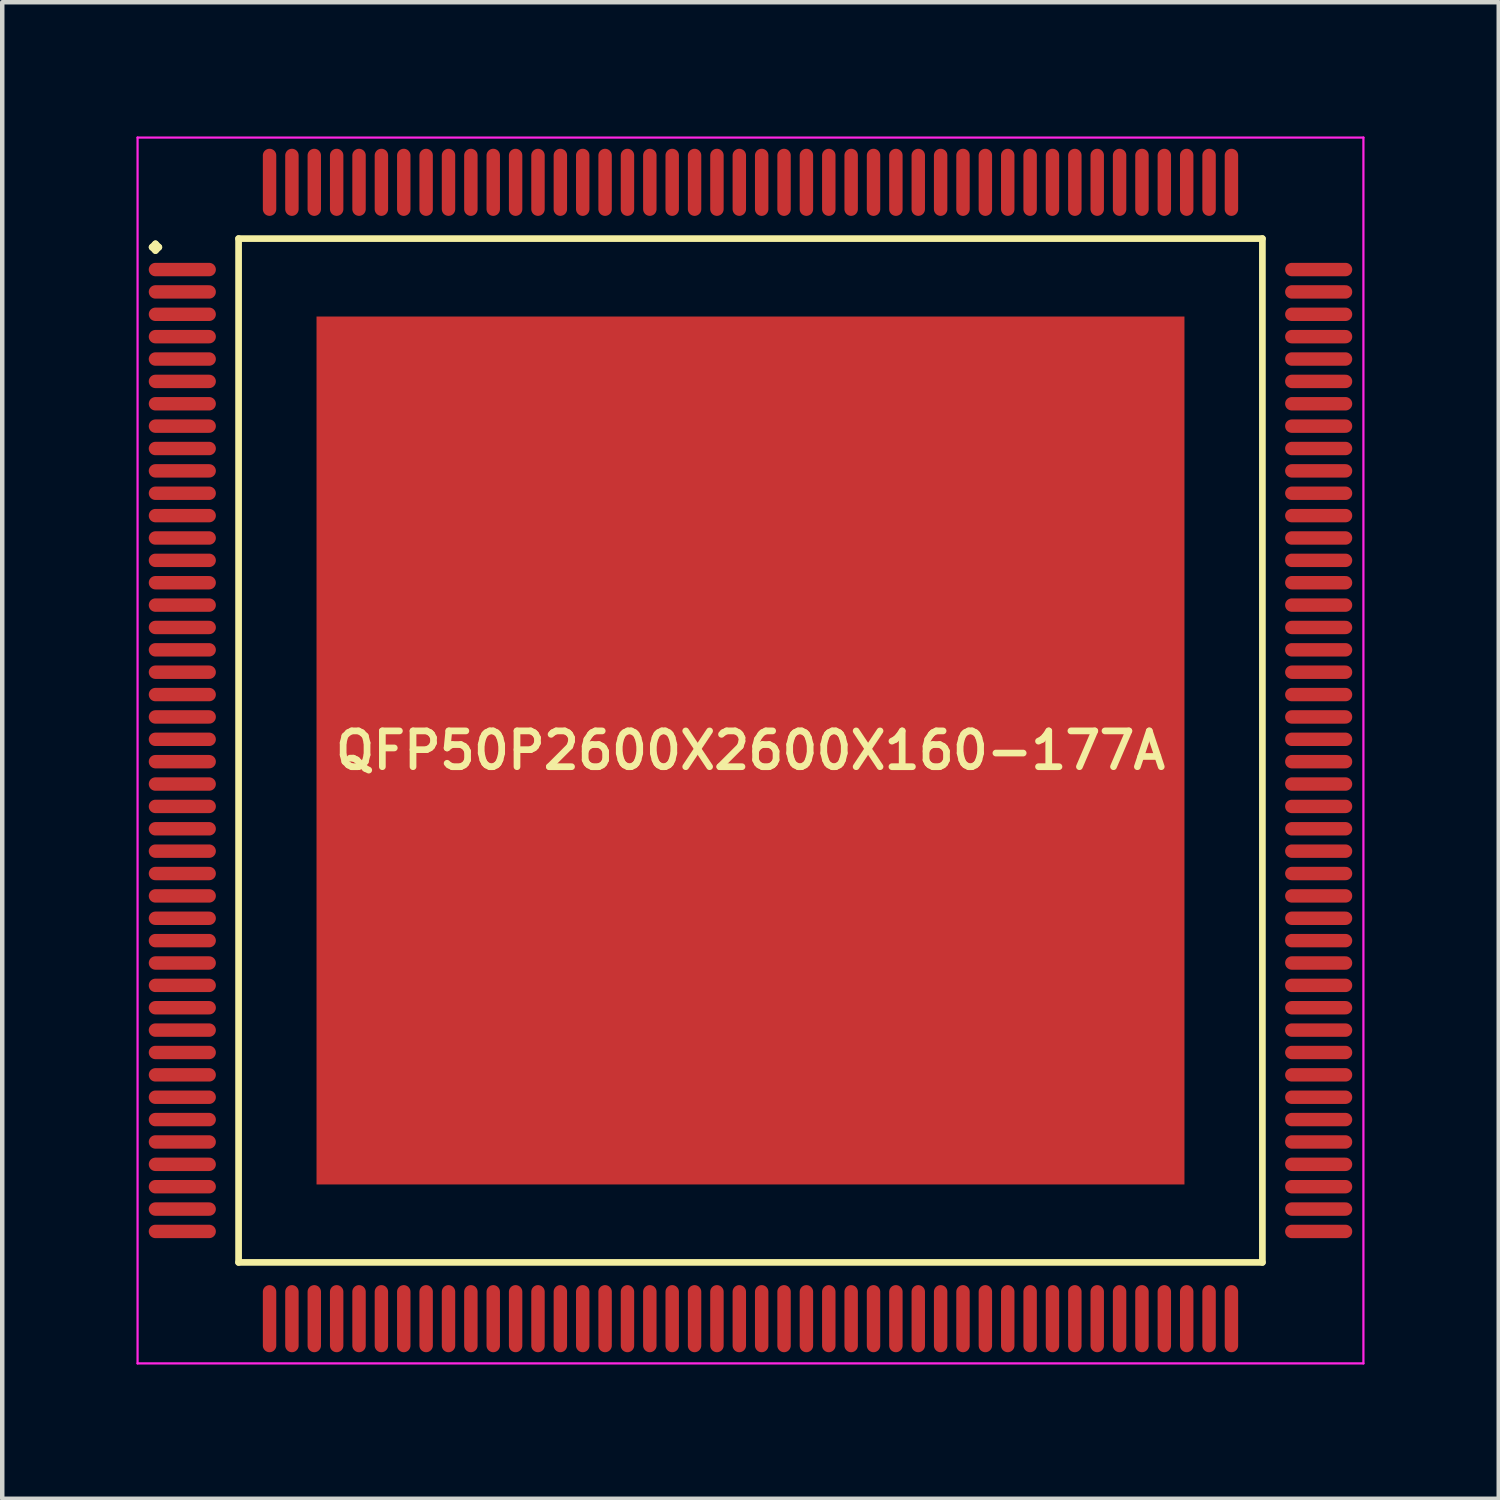
<source format=kicad_pcb>
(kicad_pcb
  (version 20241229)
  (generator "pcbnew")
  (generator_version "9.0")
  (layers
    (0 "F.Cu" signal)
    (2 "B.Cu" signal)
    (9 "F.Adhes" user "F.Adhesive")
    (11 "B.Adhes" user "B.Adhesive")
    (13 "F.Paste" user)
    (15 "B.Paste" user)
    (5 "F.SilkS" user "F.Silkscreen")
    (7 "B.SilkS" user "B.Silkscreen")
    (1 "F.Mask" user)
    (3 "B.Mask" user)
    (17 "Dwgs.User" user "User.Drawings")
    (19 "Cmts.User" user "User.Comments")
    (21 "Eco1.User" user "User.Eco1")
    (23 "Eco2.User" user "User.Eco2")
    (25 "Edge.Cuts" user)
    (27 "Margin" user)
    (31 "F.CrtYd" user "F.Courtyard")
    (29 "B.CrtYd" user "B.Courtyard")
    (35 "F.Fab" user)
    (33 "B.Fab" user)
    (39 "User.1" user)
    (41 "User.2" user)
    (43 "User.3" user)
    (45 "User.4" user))
  (footprint "QFP50P2600X2600X160-177A"
    (layer "F.Cu")
    (at 13.725 13.725)
    (property "Reference" "QFP50P2600X2600X160-177A" (at 0 0 0) (layer "F.SilkS") (effects (font (size 0.8 0.8) (thickness 0.15))))
    (attr smd)
    (fp_line (start -13.375 -11.25) (end -13.3 -11.325) (stroke (width 0.15) (type solid)) (layer "F.SilkS"))
    (fp_line (start -13.3 -11.325) (end -13.225 -11.25) (stroke (width 0.15) (type solid)) (layer "F.SilkS"))
    (fp_line (start -13.3 -11.175) (end -13.375 -11.25) (stroke (width 0.15) (type solid)) (layer "F.SilkS"))
    (fp_line (start -13.225 -11.25) (end -13.3 -11.175) (stroke (width 0.15) (type solid)) (layer "F.SilkS"))
    (fp_line (start -11.442 -11.442) (end -11.442 11.442) (stroke (width 0.15) (type solid)) (layer "F.SilkS"))
    (fp_line (start -11.442 11.442) (end 11.442 11.442) (stroke (width 0.15) (type solid)) (layer "F.SilkS"))
    (fp_line (start 11.442 -11.442) (end -11.442 -11.442) (stroke (width 0.15) (type solid)) (layer "F.SilkS"))
    (fp_line (start 11.442 11.442) (end 11.442 -11.442) (stroke (width 0.15) (type solid)) (layer "F.SilkS"))
    (fp_line (start -13.7 -13.7) (end 13.7 -13.7) (stroke (width 0.05) (type solid)) (layer "F.CrtYd"))
    (fp_line (start -13.7 13.7) (end -13.7 -13.7) (stroke (width 0.05) (type solid)) (layer "F.CrtYd"))
    (fp_line (start 13.7 -13.7) (end 13.7 13.7) (stroke (width 0.05) (type solid)) (layer "F.CrtYd"))
    (fp_line (start 13.7 13.7) (end -13.7 13.7) (stroke (width 0.05) (type solid)) (layer "F.CrtYd"))
    (pad "1" smd oval (at -12.7 -10.75) (size 1.5 0.3) (layers "F.Cu" "F.Mask" "F.Paste"))
    (pad "2" smd oval (at -12.7 -10.25) (size 1.5 0.3) (layers "F.Cu" "F.Mask" "F.Paste"))
    (pad "3" smd oval (at -12.7 -9.75) (size 1.5 0.3) (layers "F.Cu" "F.Mask" "F.Paste"))
    (pad "4" smd oval (at -12.7 -9.25) (size 1.5 0.3) (layers "F.Cu" "F.Mask" "F.Paste"))
    (pad "5" smd oval (at -12.7 -8.75) (size 1.5 0.3) (layers "F.Cu" "F.Mask" "F.Paste"))
    (pad "6" smd oval (at -12.7 -8.25) (size 1.5 0.3) (layers "F.Cu" "F.Mask" "F.Paste"))
    (pad "7" smd oval (at -12.7 -7.75) (size 1.5 0.3) (layers "F.Cu" "F.Mask" "F.Paste"))
    (pad "8" smd oval (at -12.7 -7.25) (size 1.5 0.3) (layers "F.Cu" "F.Mask" "F.Paste"))
    (pad "9" smd oval (at -12.7 -6.75) (size 1.5 0.3) (layers "F.Cu" "F.Mask" "F.Paste"))
    (pad "10" smd oval (at -12.7 -6.25) (size 1.5 0.3) (layers "F.Cu" "F.Mask" "F.Paste"))
    (pad "11" smd oval (at -12.7 -5.75) (size 1.5 0.3) (layers "F.Cu" "F.Mask" "F.Paste"))
    (pad "12" smd oval (at -12.7 -5.25) (size 1.5 0.3) (layers "F.Cu" "F.Mask" "F.Paste"))
    (pad "13" smd oval (at -12.7 -4.75) (size 1.5 0.3) (layers "F.Cu" "F.Mask" "F.Paste"))
    (pad "14" smd oval (at -12.7 -4.25) (size 1.5 0.3) (layers "F.Cu" "F.Mask" "F.Paste"))
    (pad "15" smd oval (at -12.7 -3.75) (size 1.5 0.3) (layers "F.Cu" "F.Mask" "F.Paste"))
    (pad "16" smd oval (at -12.7 -3.25) (size 1.5 0.3) (layers "F.Cu" "F.Mask" "F.Paste"))
    (pad "17" smd oval (at -12.7 -2.75) (size 1.5 0.3) (layers "F.Cu" "F.Mask" "F.Paste"))
    (pad "18" smd oval (at -12.7 -2.25) (size 1.5 0.3) (layers "F.Cu" "F.Mask" "F.Paste"))
    (pad "19" smd oval (at -12.7 -1.75) (size 1.5 0.3) (layers "F.Cu" "F.Mask" "F.Paste"))
    (pad "20" smd oval (at -12.7 -1.25) (size 1.5 0.3) (layers "F.Cu" "F.Mask" "F.Paste"))
    (pad "21" smd oval (at -12.7 -0.75) (size 1.5 0.3) (layers "F.Cu" "F.Mask" "F.Paste"))
    (pad "22" smd oval (at -12.7 -0.25) (size 1.5 0.3) (layers "F.Cu" "F.Mask" "F.Paste"))
    (pad "23" smd oval (at -12.7 0.25) (size 1.5 0.3) (layers "F.Cu" "F.Mask" "F.Paste"))
    (pad "24" smd oval (at -12.7 0.75) (size 1.5 0.3) (layers "F.Cu" "F.Mask" "F.Paste"))
    (pad "25" smd oval (at -12.7 1.25) (size 1.5 0.3) (layers "F.Cu" "F.Mask" "F.Paste"))
    (pad "26" smd oval (at -12.7 1.75) (size 1.5 0.3) (layers "F.Cu" "F.Mask" "F.Paste"))
    (pad "27" smd oval (at -12.7 2.25) (size 1.5 0.3) (layers "F.Cu" "F.Mask" "F.Paste"))
    (pad "28" smd oval (at -12.7 2.75) (size 1.5 0.3) (layers "F.Cu" "F.Mask" "F.Paste"))
    (pad "29" smd oval (at -12.7 3.25) (size 1.5 0.3) (layers "F.Cu" "F.Mask" "F.Paste"))
    (pad "30" smd oval (at -12.7 3.75) (size 1.5 0.3) (layers "F.Cu" "F.Mask" "F.Paste"))
    (pad "31" smd oval (at -12.7 4.25) (size 1.5 0.3) (layers "F.Cu" "F.Mask" "F.Paste"))
    (pad "32" smd oval (at -12.7 4.75) (size 1.5 0.3) (layers "F.Cu" "F.Mask" "F.Paste"))
    (pad "33" smd oval (at -12.7 5.25) (size 1.5 0.3) (layers "F.Cu" "F.Mask" "F.Paste"))
    (pad "34" smd oval (at -12.7 5.75) (size 1.5 0.3) (layers "F.Cu" "F.Mask" "F.Paste"))
    (pad "35" smd oval (at -12.7 6.25) (size 1.5 0.3) (layers "F.Cu" "F.Mask" "F.Paste"))
    (pad "36" smd oval (at -12.7 6.75) (size 1.5 0.3) (layers "F.Cu" "F.Mask" "F.Paste"))
    (pad "37" smd oval (at -12.7 7.25) (size 1.5 0.3) (layers "F.Cu" "F.Mask" "F.Paste"))
    (pad "38" smd oval (at -12.7 7.75) (size 1.5 0.3) (layers "F.Cu" "F.Mask" "F.Paste"))
    (pad "39" smd oval (at -12.7 8.25) (size 1.5 0.3) (layers "F.Cu" "F.Mask" "F.Paste"))
    (pad "40" smd oval (at -12.7 8.75) (size 1.5 0.3) (layers "F.Cu" "F.Mask" "F.Paste"))
    (pad "41" smd oval (at -12.7 9.25) (size 1.5 0.3) (layers "F.Cu" "F.Mask" "F.Paste"))
    (pad "42" smd oval (at -12.7 9.75) (size 1.5 0.3) (layers "F.Cu" "F.Mask" "F.Paste"))
    (pad "43" smd oval (at -12.7 10.25) (size 1.5 0.3) (layers "F.Cu" "F.Mask" "F.Paste"))
    (pad "44" smd oval (at -12.7 10.75) (size 1.5 0.3) (layers "F.Cu" "F.Mask" "F.Paste"))
    (pad "45" smd oval (at -10.75 12.7) (size 0.3 1.5) (layers "F.Cu" "F.Mask" "F.Paste"))
    (pad "46" smd oval (at -10.25 12.7) (size 0.3 1.5) (layers "F.Cu" "F.Mask" "F.Paste"))
    (pad "47" smd oval (at -9.75 12.7) (size 0.3 1.5) (layers "F.Cu" "F.Mask" "F.Paste"))
    (pad "48" smd oval (at -9.25 12.7) (size 0.3 1.5) (layers "F.Cu" "F.Mask" "F.Paste"))
    (pad "49" smd oval (at -8.75 12.7) (size 0.3 1.5) (layers "F.Cu" "F.Mask" "F.Paste"))
    (pad "50" smd oval (at -8.25 12.7) (size 0.3 1.5) (layers "F.Cu" "F.Mask" "F.Paste"))
    (pad "51" smd oval (at -7.75 12.7) (size 0.3 1.5) (layers "F.Cu" "F.Mask" "F.Paste"))
    (pad "52" smd oval (at -7.25 12.7) (size 0.3 1.5) (layers "F.Cu" "F.Mask" "F.Paste"))
    (pad "53" smd oval (at -6.75 12.7) (size 0.3 1.5) (layers "F.Cu" "F.Mask" "F.Paste"))
    (pad "54" smd oval (at -6.25 12.7) (size 0.3 1.5) (layers "F.Cu" "F.Mask" "F.Paste"))
    (pad "55" smd oval (at -5.75 12.7) (size 0.3 1.5) (layers "F.Cu" "F.Mask" "F.Paste"))
    (pad "56" smd oval (at -5.25 12.7) (size 0.3 1.5) (layers "F.Cu" "F.Mask" "F.Paste"))
    (pad "57" smd oval (at -4.75 12.7) (size 0.3 1.5) (layers "F.Cu" "F.Mask" "F.Paste"))
    (pad "58" smd oval (at -4.25 12.7) (size 0.3 1.5) (layers "F.Cu" "F.Mask" "F.Paste"))
    (pad "59" smd oval (at -3.75 12.7) (size 0.3 1.5) (layers "F.Cu" "F.Mask" "F.Paste"))
    (pad "60" smd oval (at -3.25 12.7) (size 0.3 1.5) (layers "F.Cu" "F.Mask" "F.Paste"))
    (pad "61" smd oval (at -2.75 12.7) (size 0.3 1.5) (layers "F.Cu" "F.Mask" "F.Paste"))
    (pad "62" smd oval (at -2.25 12.7) (size 0.3 1.5) (layers "F.Cu" "F.Mask" "F.Paste"))
    (pad "63" smd oval (at -1.75 12.7) (size 0.3 1.5) (layers "F.Cu" "F.Mask" "F.Paste"))
    (pad "64" smd oval (at -1.25 12.7) (size 0.3 1.5) (layers "F.Cu" "F.Mask" "F.Paste"))
    (pad "65" smd oval (at -0.75 12.7) (size 0.3 1.5) (layers "F.Cu" "F.Mask" "F.Paste"))
    (pad "66" smd oval (at -0.25 12.7) (size 0.3 1.5) (layers "F.Cu" "F.Mask" "F.Paste"))
    (pad "67" smd oval (at 0.25 12.7) (size 0.3 1.5) (layers "F.Cu" "F.Mask" "F.Paste"))
    (pad "68" smd oval (at 0.75 12.7) (size 0.3 1.5) (layers "F.Cu" "F.Mask" "F.Paste"))
    (pad "69" smd oval (at 1.25 12.7) (size 0.3 1.5) (layers "F.Cu" "F.Mask" "F.Paste"))
    (pad "70" smd oval (at 1.75 12.7) (size 0.3 1.5) (layers "F.Cu" "F.Mask" "F.Paste"))
    (pad "71" smd oval (at 2.25 12.7) (size 0.3 1.5) (layers "F.Cu" "F.Mask" "F.Paste"))
    (pad "72" smd oval (at 2.75 12.7) (size 0.3 1.5) (layers "F.Cu" "F.Mask" "F.Paste"))
    (pad "73" smd oval (at 3.25 12.7) (size 0.3 1.5) (layers "F.Cu" "F.Mask" "F.Paste"))
    (pad "74" smd oval (at 3.75 12.7) (size 0.3 1.5) (layers "F.Cu" "F.Mask" "F.Paste"))
    (pad "75" smd oval (at 4.25 12.7) (size 0.3 1.5) (layers "F.Cu" "F.Mask" "F.Paste"))
    (pad "76" smd oval (at 4.75 12.7) (size 0.3 1.5) (layers "F.Cu" "F.Mask" "F.Paste"))
    (pad "77" smd oval (at 5.25 12.7) (size 0.3 1.5) (layers "F.Cu" "F.Mask" "F.Paste"))
    (pad "78" smd oval (at 5.75 12.7) (size 0.3 1.5) (layers "F.Cu" "F.Mask" "F.Paste"))
    (pad "79" smd oval (at 6.25 12.7) (size 0.3 1.5) (layers "F.Cu" "F.Mask" "F.Paste"))
    (pad "80" smd oval (at 6.75 12.7) (size 0.3 1.5) (layers "F.Cu" "F.Mask" "F.Paste"))
    (pad "81" smd oval (at 7.25 12.7) (size 0.3 1.5) (layers "F.Cu" "F.Mask" "F.Paste"))
    (pad "82" smd oval (at 7.75 12.7) (size 0.3 1.5) (layers "F.Cu" "F.Mask" "F.Paste"))
    (pad "83" smd oval (at 8.25 12.7) (size 0.3 1.5) (layers "F.Cu" "F.Mask" "F.Paste"))
    (pad "84" smd oval (at 8.75 12.7) (size 0.3 1.5) (layers "F.Cu" "F.Mask" "F.Paste"))
    (pad "85" smd oval (at 9.25 12.7) (size 0.3 1.5) (layers "F.Cu" "F.Mask" "F.Paste"))
    (pad "86" smd oval (at 9.75 12.7) (size 0.3 1.5) (layers "F.Cu" "F.Mask" "F.Paste"))
    (pad "87" smd oval (at 10.25 12.7) (size 0.3 1.5) (layers "F.Cu" "F.Mask" "F.Paste"))
    (pad "88" smd oval (at 10.75 12.7) (size 0.3 1.5) (layers "F.Cu" "F.Mask" "F.Paste"))
    (pad "89" smd oval (at 12.7 10.75) (size 1.5 0.3) (layers "F.Cu" "F.Mask" "F.Paste"))
    (pad "90" smd oval (at 12.7 10.25) (size 1.5 0.3) (layers "F.Cu" "F.Mask" "F.Paste"))
    (pad "91" smd oval (at 12.7 9.75) (size 1.5 0.3) (layers "F.Cu" "F.Mask" "F.Paste"))
    (pad "92" smd oval (at 12.7 9.25) (size 1.5 0.3) (layers "F.Cu" "F.Mask" "F.Paste"))
    (pad "93" smd oval (at 12.7 8.75) (size 1.5 0.3) (layers "F.Cu" "F.Mask" "F.Paste"))
    (pad "94" smd oval (at 12.7 8.25) (size 1.5 0.3) (layers "F.Cu" "F.Mask" "F.Paste"))
    (pad "95" smd oval (at 12.7 7.75) (size 1.5 0.3) (layers "F.Cu" "F.Mask" "F.Paste"))
    (pad "96" smd oval (at 12.7 7.25) (size 1.5 0.3) (layers "F.Cu" "F.Mask" "F.Paste"))
    (pad "97" smd oval (at 12.7 6.75) (size 1.5 0.3) (layers "F.Cu" "F.Mask" "F.Paste"))
    (pad "98" smd oval (at 12.7 6.25) (size 1.5 0.3) (layers "F.Cu" "F.Mask" "F.Paste"))
    (pad "99" smd oval (at 12.7 5.75) (size 1.5 0.3) (layers "F.Cu" "F.Mask" "F.Paste"))
    (pad "100" smd oval (at 12.7 5.25) (size 1.5 0.3) (layers "F.Cu" "F.Mask" "F.Paste"))
    (pad "101" smd oval (at 12.7 4.75) (size 1.5 0.3) (layers "F.Cu" "F.Mask" "F.Paste"))
    (pad "102" smd oval (at 12.7 4.25) (size 1.5 0.3) (layers "F.Cu" "F.Mask" "F.Paste"))
    (pad "103" smd oval (at 12.7 3.75) (size 1.5 0.3) (layers "F.Cu" "F.Mask" "F.Paste"))
    (pad "104" smd oval (at 12.7 3.25) (size 1.5 0.3) (layers "F.Cu" "F.Mask" "F.Paste"))
    (pad "105" smd oval (at 12.7 2.75) (size 1.5 0.3) (layers "F.Cu" "F.Mask" "F.Paste"))
    (pad "106" smd oval (at 12.7 2.25) (size 1.5 0.3) (layers "F.Cu" "F.Mask" "F.Paste"))
    (pad "107" smd oval (at 12.7 1.75) (size 1.5 0.3) (layers "F.Cu" "F.Mask" "F.Paste"))
    (pad "108" smd oval (at 12.7 1.25) (size 1.5 0.3) (layers "F.Cu" "F.Mask" "F.Paste"))
    (pad "109" smd oval (at 12.7 0.75) (size 1.5 0.3) (layers "F.Cu" "F.Mask" "F.Paste"))
    (pad "110" smd oval (at 12.7 0.25) (size 1.5 0.3) (layers "F.Cu" "F.Mask" "F.Paste"))
    (pad "111" smd oval (at 12.7 -0.25) (size 1.5 0.3) (layers "F.Cu" "F.Mask" "F.Paste"))
    (pad "112" smd oval (at 12.7 -0.75) (size 1.5 0.3) (layers "F.Cu" "F.Mask" "F.Paste"))
    (pad "113" smd oval (at 12.7 -1.25) (size 1.5 0.3) (layers "F.Cu" "F.Mask" "F.Paste"))
    (pad "114" smd oval (at 12.7 -1.75) (size 1.5 0.3) (layers "F.Cu" "F.Mask" "F.Paste"))
    (pad "115" smd oval (at 12.7 -2.25) (size 1.5 0.3) (layers "F.Cu" "F.Mask" "F.Paste"))
    (pad "116" smd oval (at 12.7 -2.75) (size 1.5 0.3) (layers "F.Cu" "F.Mask" "F.Paste"))
    (pad "117" smd oval (at 12.7 -3.25) (size 1.5 0.3) (layers "F.Cu" "F.Mask" "F.Paste"))
    (pad "118" smd oval (at 12.7 -3.75) (size 1.5 0.3) (layers "F.Cu" "F.Mask" "F.Paste"))
    (pad "119" smd oval (at 12.7 -4.25) (size 1.5 0.3) (layers "F.Cu" "F.Mask" "F.Paste"))
    (pad "120" smd oval (at 12.7 -4.75) (size 1.5 0.3) (layers "F.Cu" "F.Mask" "F.Paste"))
    (pad "121" smd oval (at 12.7 -5.25) (size 1.5 0.3) (layers "F.Cu" "F.Mask" "F.Paste"))
    (pad "122" smd oval (at 12.7 -5.75) (size 1.5 0.3) (layers "F.Cu" "F.Mask" "F.Paste"))
    (pad "123" smd oval (at 12.7 -6.25) (size 1.5 0.3) (layers "F.Cu" "F.Mask" "F.Paste"))
    (pad "124" smd oval (at 12.7 -6.75) (size 1.5 0.3) (layers "F.Cu" "F.Mask" "F.Paste"))
    (pad "125" smd oval (at 12.7 -7.25) (size 1.5 0.3) (layers "F.Cu" "F.Mask" "F.Paste"))
    (pad "126" smd oval (at 12.7 -7.75) (size 1.5 0.3) (layers "F.Cu" "F.Mask" "F.Paste"))
    (pad "127" smd oval (at 12.7 -8.25) (size 1.5 0.3) (layers "F.Cu" "F.Mask" "F.Paste"))
    (pad "128" smd oval (at 12.7 -8.75) (size 1.5 0.3) (layers "F.Cu" "F.Mask" "F.Paste"))
    (pad "129" smd oval (at 12.7 -9.25) (size 1.5 0.3) (layers "F.Cu" "F.Mask" "F.Paste"))
    (pad "130" smd oval (at 12.7 -9.75) (size 1.5 0.3) (layers "F.Cu" "F.Mask" "F.Paste"))
    (pad "131" smd oval (at 12.7 -10.25) (size 1.5 0.3) (layers "F.Cu" "F.Mask" "F.Paste"))
    (pad "132" smd oval (at 12.7 -10.75) (size 1.5 0.3) (layers "F.Cu" "F.Mask" "F.Paste"))
    (pad "133" smd oval (at 10.75 -12.7) (size 0.3 1.5) (layers "F.Cu" "F.Mask" "F.Paste"))
    (pad "134" smd oval (at 10.25 -12.7) (size 0.3 1.5) (layers "F.Cu" "F.Mask" "F.Paste"))
    (pad "135" smd oval (at 9.75 -12.7) (size 0.3 1.5) (layers "F.Cu" "F.Mask" "F.Paste"))
    (pad "136" smd oval (at 9.25 -12.7) (size 0.3 1.5) (layers "F.Cu" "F.Mask" "F.Paste"))
    (pad "137" smd oval (at 8.75 -12.7) (size 0.3 1.5) (layers "F.Cu" "F.Mask" "F.Paste"))
    (pad "138" smd oval (at 8.25 -12.7) (size 0.3 1.5) (layers "F.Cu" "F.Mask" "F.Paste"))
    (pad "139" smd oval (at 7.75 -12.7) (size 0.3 1.5) (layers "F.Cu" "F.Mask" "F.Paste"))
    (pad "140" smd oval (at 7.25 -12.7) (size 0.3 1.5) (layers "F.Cu" "F.Mask" "F.Paste"))
    (pad "141" smd oval (at 6.75 -12.7) (size 0.3 1.5) (layers "F.Cu" "F.Mask" "F.Paste"))
    (pad "142" smd oval (at 6.25 -12.7) (size 0.3 1.5) (layers "F.Cu" "F.Mask" "F.Paste"))
    (pad "143" smd oval (at 5.75 -12.7) (size 0.3 1.5) (layers "F.Cu" "F.Mask" "F.Paste"))
    (pad "144" smd oval (at 5.25 -12.7) (size 0.3 1.5) (layers "F.Cu" "F.Mask" "F.Paste"))
    (pad "145" smd oval (at 4.75 -12.7) (size 0.3 1.5) (layers "F.Cu" "F.Mask" "F.Paste"))
    (pad "146" smd oval (at 4.25 -12.7) (size 0.3 1.5) (layers "F.Cu" "F.Mask" "F.Paste"))
    (pad "147" smd oval (at 3.75 -12.7) (size 0.3 1.5) (layers "F.Cu" "F.Mask" "F.Paste"))
    (pad "148" smd oval (at 3.25 -12.7) (size 0.3 1.5) (layers "F.Cu" "F.Mask" "F.Paste"))
    (pad "149" smd oval (at 2.75 -12.7) (size 0.3 1.5) (layers "F.Cu" "F.Mask" "F.Paste"))
    (pad "150" smd oval (at 2.25 -12.7) (size 0.3 1.5) (layers "F.Cu" "F.Mask" "F.Paste"))
    (pad "151" smd oval (at 1.75 -12.7) (size 0.3 1.5) (layers "F.Cu" "F.Mask" "F.Paste"))
    (pad "152" smd oval (at 1.25 -12.7) (size 0.3 1.5) (layers "F.Cu" "F.Mask" "F.Paste"))
    (pad "153" smd oval (at 0.75 -12.7) (size 0.3 1.5) (layers "F.Cu" "F.Mask" "F.Paste"))
    (pad "154" smd oval (at 0.25 -12.7) (size 0.3 1.5) (layers "F.Cu" "F.Mask" "F.Paste"))
    (pad "155" smd oval (at -0.25 -12.7) (size 0.3 1.5) (layers "F.Cu" "F.Mask" "F.Paste"))
    (pad "156" smd oval (at -0.75 -12.7) (size 0.3 1.5) (layers "F.Cu" "F.Mask" "F.Paste"))
    (pad "157" smd oval (at -1.25 -12.7) (size 0.3 1.5) (layers "F.Cu" "F.Mask" "F.Paste"))
    (pad "158" smd oval (at -1.75 -12.7) (size 0.3 1.5) (layers "F.Cu" "F.Mask" "F.Paste"))
    (pad "159" smd oval (at -2.25 -12.7) (size 0.3 1.5) (layers "F.Cu" "F.Mask" "F.Paste"))
    (pad "160" smd oval (at -2.75 -12.7) (size 0.3 1.5) (layers "F.Cu" "F.Mask" "F.Paste"))
    (pad "161" smd oval (at -3.25 -12.7) (size 0.3 1.5) (layers "F.Cu" "F.Mask" "F.Paste"))
    (pad "162" smd oval (at -3.75 -12.7) (size 0.3 1.5) (layers "F.Cu" "F.Mask" "F.Paste"))
    (pad "163" smd oval (at -4.25 -12.7) (size 0.3 1.5) (layers "F.Cu" "F.Mask" "F.Paste"))
    (pad "164" smd oval (at -4.75 -12.7) (size 0.3 1.5) (layers "F.Cu" "F.Mask" "F.Paste"))
    (pad "165" smd oval (at -5.25 -12.7) (size 0.3 1.5) (layers "F.Cu" "F.Mask" "F.Paste"))
    (pad "166" smd oval (at -5.75 -12.7) (size 0.3 1.5) (layers "F.Cu" "F.Mask" "F.Paste"))
    (pad "167" smd oval (at -6.25 -12.7) (size 0.3 1.5) (layers "F.Cu" "F.Mask" "F.Paste"))
    (pad "168" smd oval (at -6.75 -12.7) (size 0.3 1.5) (layers "F.Cu" "F.Mask" "F.Paste"))
    (pad "169" smd oval (at -7.25 -12.7) (size 0.3 1.5) (layers "F.Cu" "F.Mask" "F.Paste"))
    (pad "170" smd oval (at -7.75 -12.7) (size 0.3 1.5) (layers "F.Cu" "F.Mask" "F.Paste"))
    (pad "171" smd oval (at -8.25 -12.7) (size 0.3 1.5) (layers "F.Cu" "F.Mask" "F.Paste"))
    (pad "172" smd oval (at -8.75 -12.7) (size 0.3 1.5) (layers "F.Cu" "F.Mask" "F.Paste"))
    (pad "173" smd oval (at -9.25 -12.7) (size 0.3 1.5) (layers "F.Cu" "F.Mask" "F.Paste"))
    (pad "174" smd oval (at -9.75 -12.7) (size 0.3 1.5) (layers "F.Cu" "F.Mask" "F.Paste"))
    (pad "175" smd oval (at -10.25 -12.7) (size 0.3 1.5) (layers "F.Cu" "F.Mask" "F.Paste"))
    (pad "176" smd oval (at -10.75 -12.7) (size 0.3 1.5) (layers "F.Cu" "F.Mask" "F.Paste"))
    (pad "177" smd rect (at 0 0) (size 19.4 19.4) (layers "F.Cu" "F.Mask" "F.Paste")))
  (gr_rect
    (start -3 -3)
    (end 30.45 30.45)
    (stroke (width 0.1) (type default))
    (fill no)
    (layer "Edge.Cuts")))
</source>
